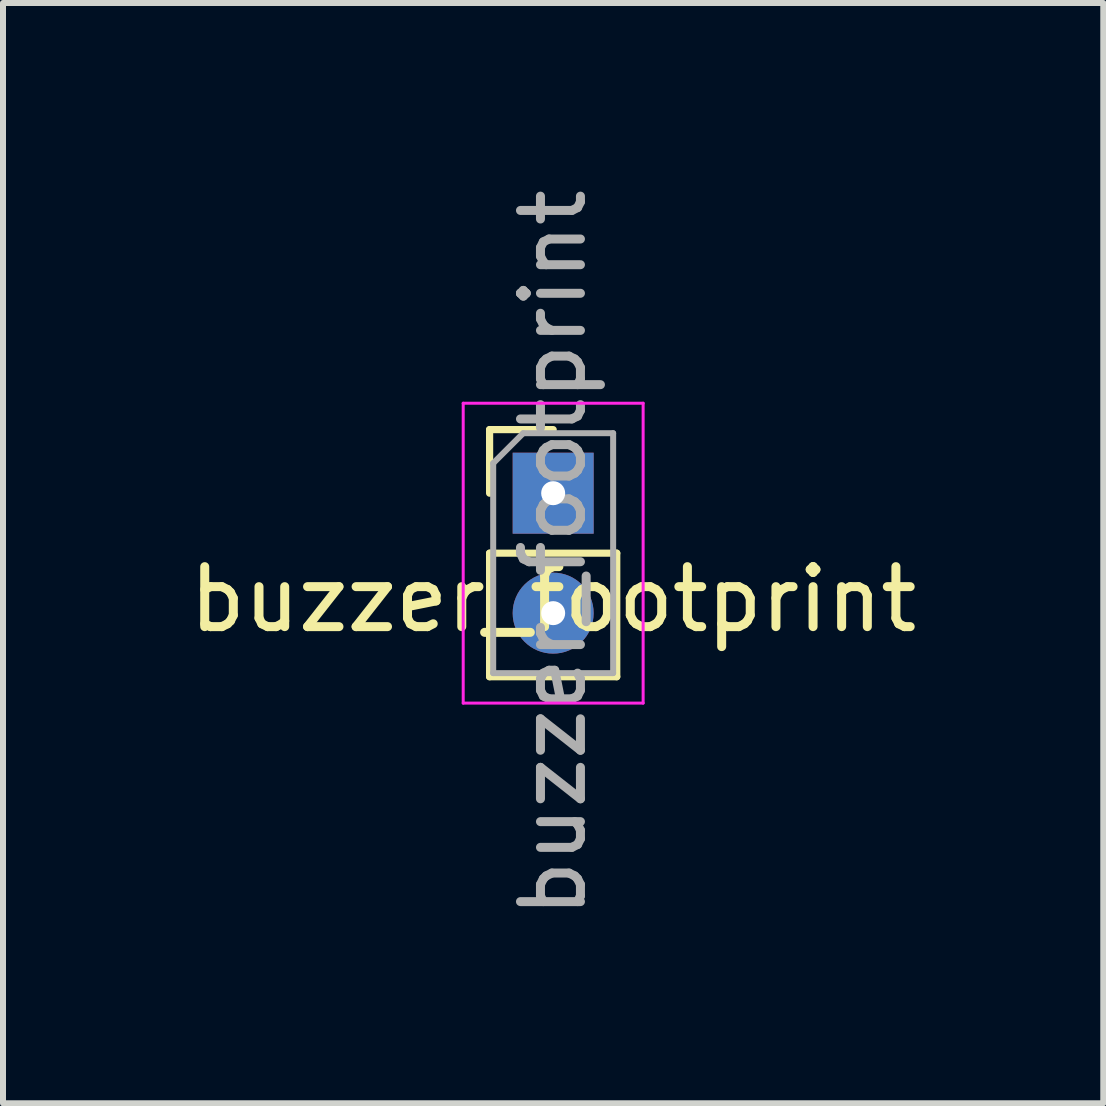
<source format=kicad_pcb>
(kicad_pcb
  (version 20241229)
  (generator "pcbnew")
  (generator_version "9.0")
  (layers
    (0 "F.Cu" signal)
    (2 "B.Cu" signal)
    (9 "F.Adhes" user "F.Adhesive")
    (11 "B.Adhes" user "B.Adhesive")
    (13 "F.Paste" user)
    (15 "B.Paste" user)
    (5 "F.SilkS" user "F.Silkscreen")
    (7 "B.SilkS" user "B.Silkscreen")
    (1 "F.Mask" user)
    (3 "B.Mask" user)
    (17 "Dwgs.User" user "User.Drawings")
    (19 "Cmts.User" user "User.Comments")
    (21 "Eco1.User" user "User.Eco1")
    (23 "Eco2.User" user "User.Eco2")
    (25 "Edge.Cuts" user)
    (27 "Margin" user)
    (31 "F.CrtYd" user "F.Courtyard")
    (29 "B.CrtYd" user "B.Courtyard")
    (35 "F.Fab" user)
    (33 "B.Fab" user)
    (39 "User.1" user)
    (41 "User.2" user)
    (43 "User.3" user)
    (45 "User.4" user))
  (footprint "buzzer_footprint"
    (layer "F.Cu")
    (at 6.173 6.443)
    (property "Reference" "buzzer_footprint" (at 0 0.5 0) (layer "F.SilkS") (effects (font (size 1 1) (thickness 0.15))))
    (attr through_hole)
    (fp_line (start -1.06 -2.33) (end 0 -2.33) (stroke (width 0.12) (type solid)) (layer "F.SilkS"))
    (fp_line (start -1.06 -1.27) (end -1.06 -2.33) (stroke (width 0.12) (type solid)) (layer "F.SilkS"))
    (fp_line (start -1.06 -0.27) (end -1.06 1.79) (stroke (width 0.12) (type solid)) (layer "F.SilkS"))
    (fp_line (start -1.06 -0.27) (end 1.06 -0.27) (stroke (width 0.12) (type solid)) (layer "F.SilkS"))
    (fp_line (start -1.06 1.79) (end 1.06 1.79) (stroke (width 0.12) (type solid)) (layer "F.SilkS"))
    (fp_line (start 1.06 -0.27) (end 1.06 1.79) (stroke (width 0.12) (type solid)) (layer "F.SilkS"))
    (fp_line (start -1.5 -2.77) (end -1.5 2.23) (stroke (width 0.05) (type solid)) (layer "F.CrtYd"))
    (fp_line (start -1.5 2.23) (end 1.5 2.23) (stroke (width 0.05) (type solid)) (layer "F.CrtYd"))
    (fp_line (start 1.5 -2.77) (end -1.5 -2.77) (stroke (width 0.05) (type solid)) (layer "F.CrtYd"))
    (fp_line (start 1.5 2.23) (end 1.5 -2.77) (stroke (width 0.05) (type solid)) (layer "F.CrtYd"))
    (fp_line (start -1 -1.77) (end -0.5 -2.27) (stroke (width 0.1) (type solid)) (layer "F.Fab"))
    (fp_line (start -1 1.73) (end -1 -1.77) (stroke (width 0.1) (type solid)) (layer "F.Fab"))
    (fp_line (start -0.5 -2.27) (end 1 -2.27) (stroke (width 0.1) (type solid)) (layer "F.Fab"))
    (fp_line (start 1 -2.27) (end 1 1.73) (stroke (width 0.1) (type solid)) (layer "F.Fab"))
    (fp_line (start 1 1.73) (end -1 1.73) (stroke (width 0.1) (type solid)) (layer "F.Fab"))
    (fp_text user "${REFERENCE}" (at 0 -0.27 90) (layer "F.Fab") (effects (font (size 1 1) (thickness 0.15))))
    (pad "1" thru_hole rect (at 0 -1.27) (size 1.35 1.35) (drill 0.4) (layers "*.Cu" "*.Mask"))
    (pad "2" thru_hole oval (at 0 0.73) (size 1.35 1.35) (drill 0.4) (layers "*.Cu" "*.Mask")))
  (gr_rect
    (start -3 -3)
    (end 15.345 15.345)
    (stroke (width 0.1) (type default))
    (fill no)
    (layer "Edge.Cuts")))
</source>
